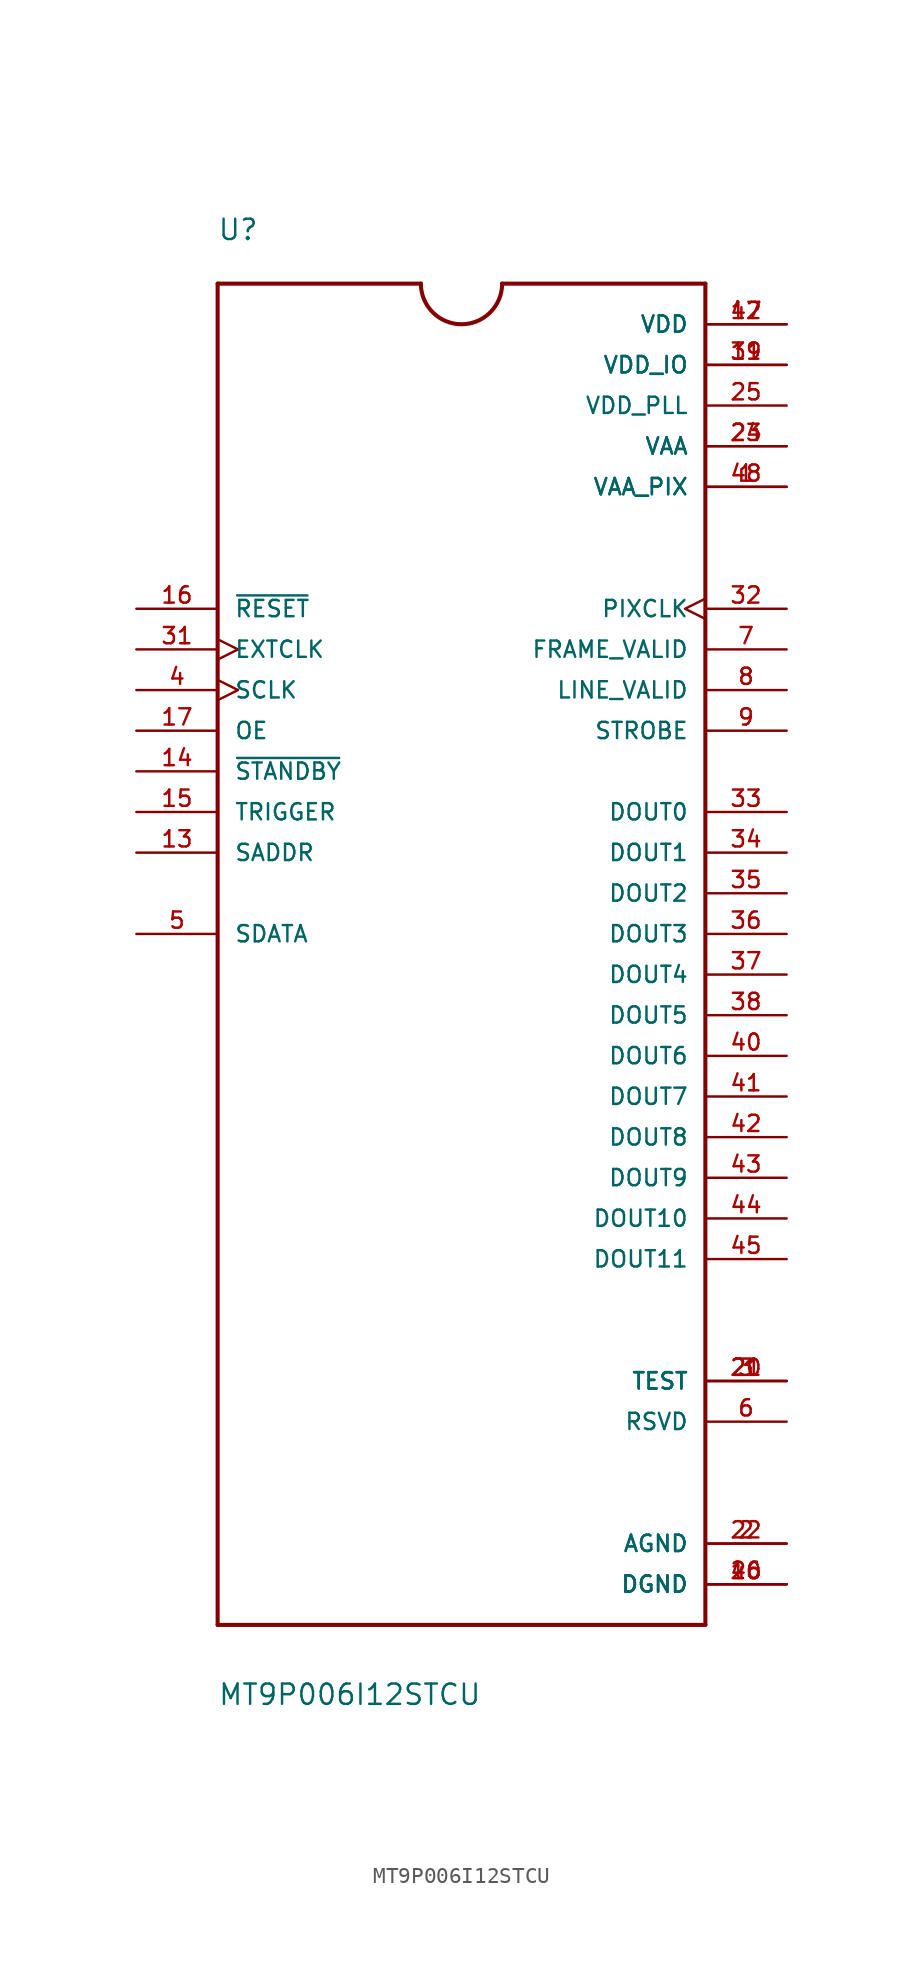
<source format=kicad_sym>
(kicad_symbol_lib
  (version 20211014)
  (generator kicad_symbol_editor)
  (symbol "MT9P006I12STCU"
    (pin_names
      (offset 1.016))
    (property "Reference" "U"
      (at -15.27 43.265 0)
      (effects (font (size 1.27 1.27)) (justify bottom left)))
    (property "Value" "MT9P006I12STCU"
      (at -15.246 -48.279 0)
      (effects (font (size 1.27 1.27)) (justify bottom left)))
    (symbol "MT9P006I12STCU_0_0"
      (polyline (pts (xy 15.24 40.64) (xy 15.24 -43.18)) (stroke (width 0.254)))
      (polyline (pts (xy 15.24 -43.18) (xy -15.24 -43.18)) (stroke (width 0.254)))
      (polyline (pts (xy -15.24 -43.18) (xy -15.24 40.64)) (stroke (width 0.254)))
      (polyline (pts (xy -15.24 40.64) (xy -2.54 40.64)) (stroke (width 0.254)))
      (polyline (pts (xy 2.54 40.64) (xy 15.24 40.64)) (stroke (width 0.254)))
      (arc (start -2.54 40.64) (mid 0.0 38.1) (end 2.54 40.64) (stroke (width 0.254) (type default) (color 0 0 0 0)) (fill (type none)))
      (pin input line (at -20.32 20.32 0) (length 5.08) (name "~{RESET}" (effects (font (size 1.016 1.016)))) (number "16" (effects (font (size 1.016 1.016)))))
      (pin input clock (at -20.32 17.78 0) (length 5.08) (name "EXTCLK" (effects (font (size 1.016 1.016)))) (number "31" (effects (font (size 1.016 1.016)))))
      (pin input clock (at -20.32 15.24 0) (length 5.08) (name "SCLK" (effects (font (size 1.016 1.016)))) (number "4" (effects (font (size 1.016 1.016)))))
      (pin input line (at -20.32 12.7 0) (length 5.08) (name "OE" (effects (font (size 1.016 1.016)))) (number "17" (effects (font (size 1.016 1.016)))))
      (pin input line (at -20.32 10.16 0) (length 5.08) (name "~{STANDBY}" (effects (font (size 1.016 1.016)))) (number "14" (effects (font (size 1.016 1.016)))))
      (pin input line (at -20.32 7.62 0) (length 5.08) (name "TRIGGER" (effects (font (size 1.016 1.016)))) (number "15" (effects (font (size 1.016 1.016)))))
      (pin input line (at -20.32 5.08 0) (length 5.08) (name "SADDR" (effects (font (size 1.016 1.016)))) (number "13" (effects (font (size 1.016 1.016)))))
      (pin bidirectional line (at -20.32 0.0 0) (length 5.08) (name "SDATA" (effects (font (size 1.016 1.016)))) (number "5" (effects (font (size 1.016 1.016)))))
      (pin output clock (at 20.32 20.32 180.0) (length 5.08) (name "PIXCLK" (effects (font (size 1.016 1.016)))) (number "32" (effects (font (size 1.016 1.016)))))
      (pin output line (at 20.32 17.78 180.0) (length 5.08) (name "FRAME_VALID" (effects (font (size 1.016 1.016)))) (number "7" (effects (font (size 1.016 1.016)))))
      (pin output line (at 20.32 15.24 180.0) (length 5.08) (name "LINE_VALID" (effects (font (size 1.016 1.016)))) (number "8" (effects (font (size 1.016 1.016)))))
      (pin output line (at 20.32 12.7 180.0) (length 5.08) (name "STROBE" (effects (font (size 1.016 1.016)))) (number "9" (effects (font (size 1.016 1.016)))))
      (pin output line (at 20.32 7.62 180.0) (length 5.08) (name "DOUT0" (effects (font (size 1.016 1.016)))) (number "33" (effects (font (size 1.016 1.016)))))
      (pin output line (at 20.32 5.08 180.0) (length 5.08) (name "DOUT1" (effects (font (size 1.016 1.016)))) (number "34" (effects (font (size 1.016 1.016)))))
      (pin output line (at 20.32 2.54 180.0) (length 5.08) (name "DOUT2" (effects (font (size 1.016 1.016)))) (number "35" (effects (font (size 1.016 1.016)))))
      (pin output line (at 20.32 0.0 180.0) (length 5.08) (name "DOUT3" (effects (font (size 1.016 1.016)))) (number "36" (effects (font (size 1.016 1.016)))))
      (pin output line (at 20.32 -2.54 180.0) (length 5.08) (name "DOUT4" (effects (font (size 1.016 1.016)))) (number "37" (effects (font (size 1.016 1.016)))))
      (pin output line (at 20.32 -5.08 180.0) (length 5.08) (name "DOUT5" (effects (font (size 1.016 1.016)))) (number "38" (effects (font (size 1.016 1.016)))))
      (pin output line (at 20.32 -7.62 180.0) (length 5.08) (name "DOUT6" (effects (font (size 1.016 1.016)))) (number "40" (effects (font (size 1.016 1.016)))))
      (pin output line (at 20.32 -10.16 180.0) (length 5.08) (name "DOUT7" (effects (font (size 1.016 1.016)))) (number "41" (effects (font (size 1.016 1.016)))))
      (pin output line (at 20.32 -12.7 180.0) (length 5.08) (name "DOUT8" (effects (font (size 1.016 1.016)))) (number "42" (effects (font (size 1.016 1.016)))))
      (pin output line (at 20.32 -15.24 180.0) (length 5.08) (name "DOUT9" (effects (font (size 1.016 1.016)))) (number "43" (effects (font (size 1.016 1.016)))))
      (pin output line (at 20.32 -17.78 180.0) (length 5.08) (name "DOUT10" (effects (font (size 1.016 1.016)))) (number "44" (effects (font (size 1.016 1.016)))))
      (pin output line (at 20.32 -20.32 180.0) (length 5.08) (name "DOUT11" (effects (font (size 1.016 1.016)))) (number "45" (effects (font (size 1.016 1.016)))))
      (pin power_in line (at 20.32 38.1 180.0) (length 5.08) (name "VDD" (effects (font (size 1.016 1.016)))) (number "12" (effects (font (size 1.016 1.016)))))
      (pin power_in line (at 20.32 38.1 180.0) (length 5.08) (name "VDD" (effects (font (size 1.016 1.016)))) (number "47" (effects (font (size 1.016 1.016)))))
      (pin power_in line (at 20.32 35.56 180.0) (length 5.08) (name "VDD_IO" (effects (font (size 1.016 1.016)))) (number "11" (effects (font (size 1.016 1.016)))))
      (pin power_in line (at 20.32 35.56 180.0) (length 5.08) (name "VDD_IO" (effects (font (size 1.016 1.016)))) (number "39" (effects (font (size 1.016 1.016)))))
      (pin passive line (at 20.32 -40.64 180.0) (length 5.08) (name "DGND" (effects (font (size 1.016 1.016)))) (number "10" (effects (font (size 1.016 1.016)))))
      (pin passive line (at 20.32 -40.64 180.0) (length 5.08) (name "DGND" (effects (font (size 1.016 1.016)))) (number "26" (effects (font (size 1.016 1.016)))))
      (pin passive line (at 20.32 -40.64 180.0) (length 5.08) (name "DGND" (effects (font (size 1.016 1.016)))) (number "46" (effects (font (size 1.016 1.016)))))
      (pin power_in line (at 20.32 30.48 180.0) (length 5.08) (name "VAA" (effects (font (size 1.016 1.016)))) (number "23" (effects (font (size 1.016 1.016)))))
      (pin power_in line (at 20.32 30.48 180.0) (length 5.08) (name "VAA" (effects (font (size 1.016 1.016)))) (number "24" (effects (font (size 1.016 1.016)))))
      (pin power_in line (at 20.32 27.94 180.0) (length 5.08) (name "VAA_PIX" (effects (font (size 1.016 1.016)))) (number "1" (effects (font (size 1.016 1.016)))))
      (pin power_in line (at 20.32 27.94 180.0) (length 5.08) (name "VAA_PIX" (effects (font (size 1.016 1.016)))) (number "48" (effects (font (size 1.016 1.016)))))
      (pin passive line (at 20.32 -38.1 180.0) (length 5.08) (name "AGND" (effects (font (size 1.016 1.016)))) (number "2" (effects (font (size 1.016 1.016)))))
      (pin passive line (at 20.32 -38.1 180.0) (length 5.08) (name "AGND" (effects (font (size 1.016 1.016)))) (number "22" (effects (font (size 1.016 1.016)))))
      (pin power_in line (at 20.32 33.02 180.0) (length 5.08) (name "VDD_PLL" (effects (font (size 1.016 1.016)))) (number "25" (effects (font (size 1.016 1.016)))))
      (pin passive line (at 20.32 -27.94 180.0) (length 5.08) (name "TEST" (effects (font (size 1.016 1.016)))) (number "3" (effects (font (size 1.016 1.016)))))
      (pin passive line (at 20.32 -27.94 180.0) (length 5.08) (name "TEST" (effects (font (size 1.016 1.016)))) (number "20" (effects (font (size 1.016 1.016)))))
      (pin passive line (at 20.32 -27.94 180.0) (length 5.08) (name "TEST" (effects (font (size 1.016 1.016)))) (number "21" (effects (font (size 1.016 1.016)))))
      (pin passive line (at 20.32 -30.48 180.0) (length 5.08) (name "RSVD" (effects (font (size 1.016 1.016)))) (number "6" (effects (font (size 1.016 1.016))))))))
</source>
